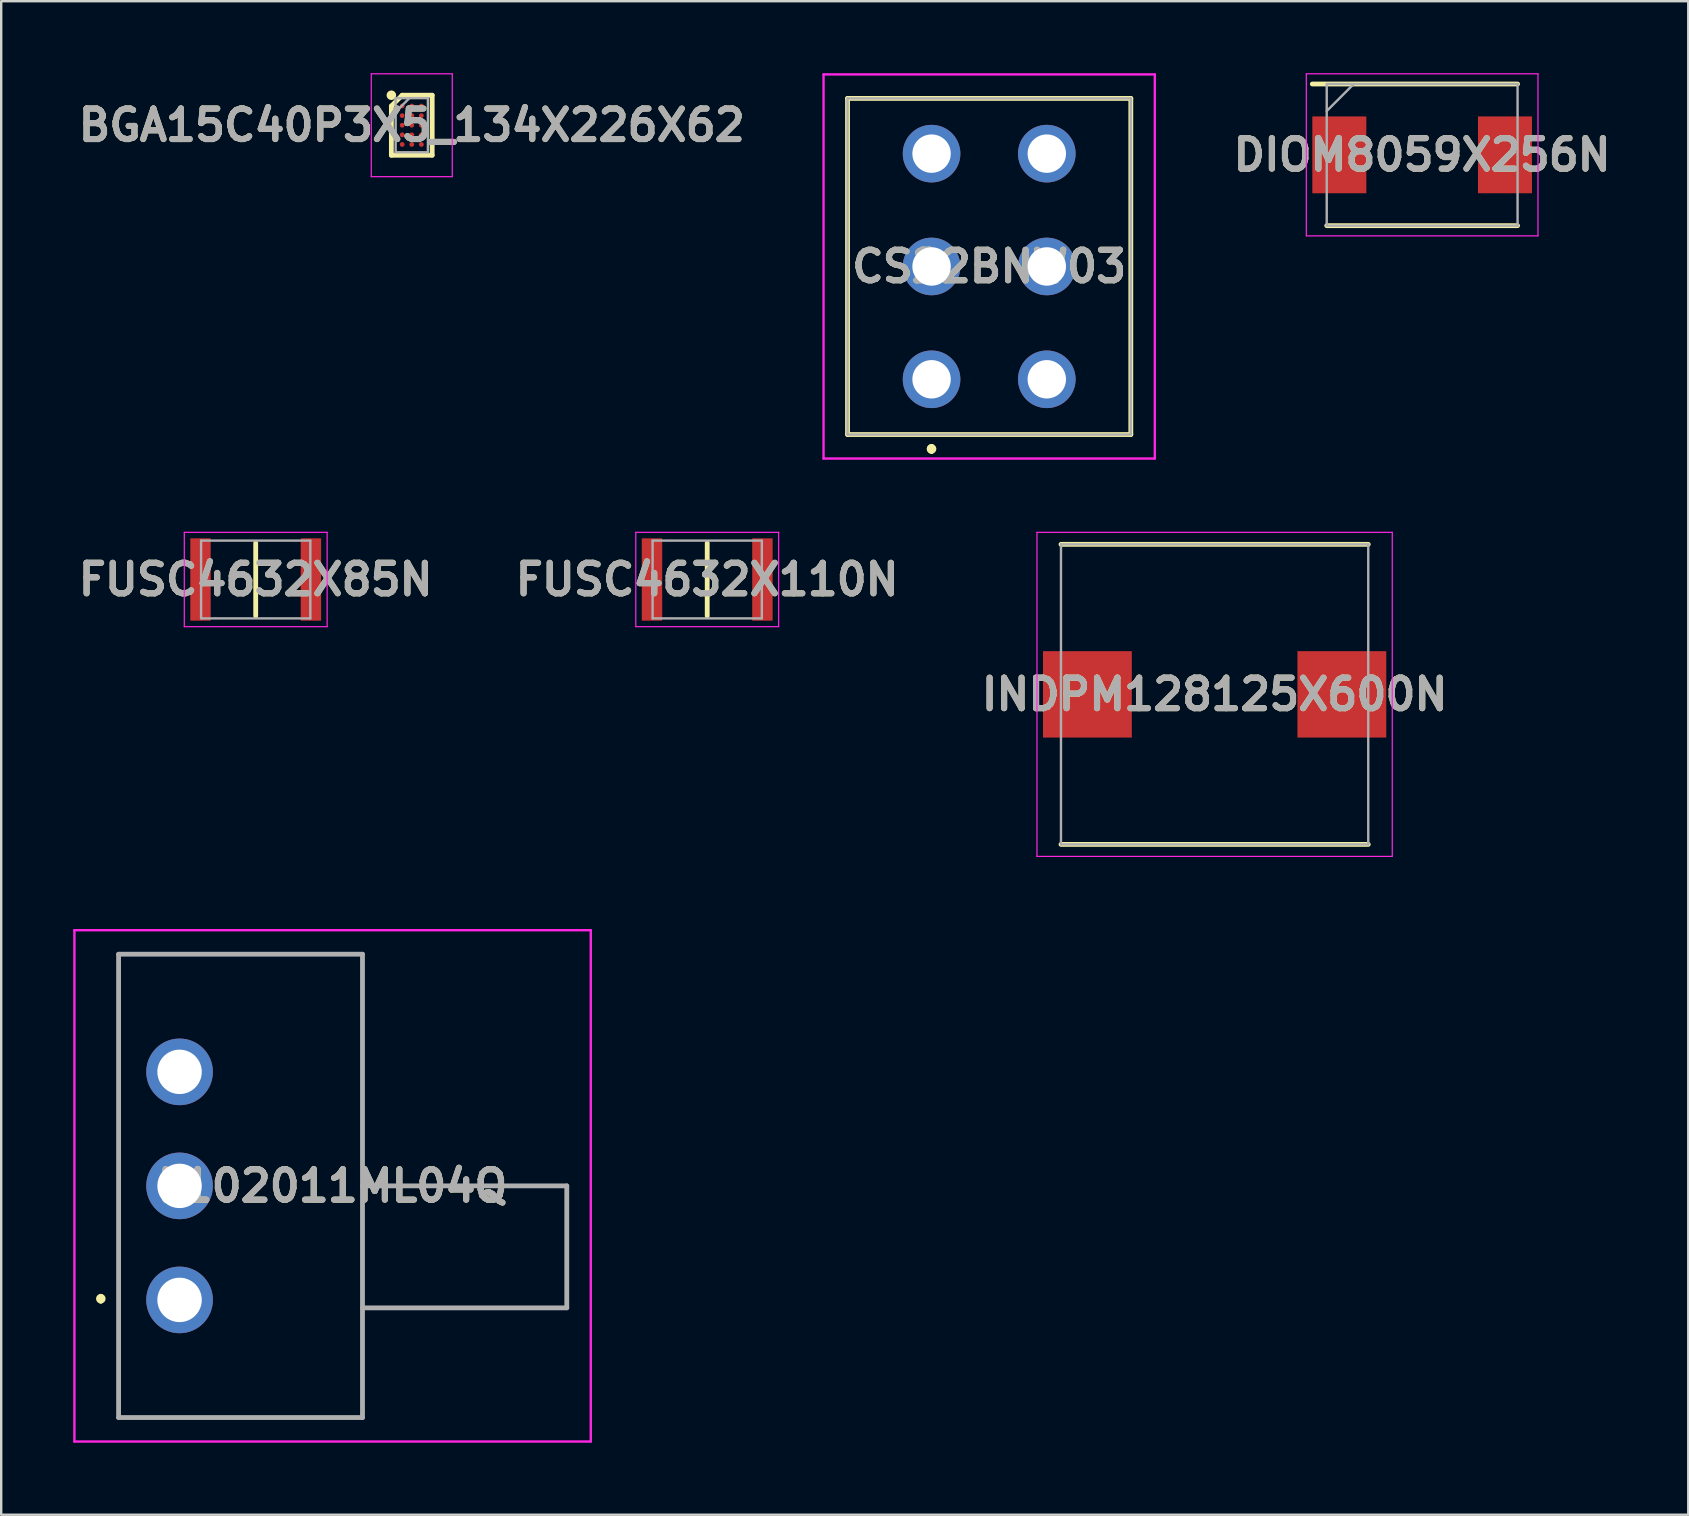
<source format=kicad_pcb>
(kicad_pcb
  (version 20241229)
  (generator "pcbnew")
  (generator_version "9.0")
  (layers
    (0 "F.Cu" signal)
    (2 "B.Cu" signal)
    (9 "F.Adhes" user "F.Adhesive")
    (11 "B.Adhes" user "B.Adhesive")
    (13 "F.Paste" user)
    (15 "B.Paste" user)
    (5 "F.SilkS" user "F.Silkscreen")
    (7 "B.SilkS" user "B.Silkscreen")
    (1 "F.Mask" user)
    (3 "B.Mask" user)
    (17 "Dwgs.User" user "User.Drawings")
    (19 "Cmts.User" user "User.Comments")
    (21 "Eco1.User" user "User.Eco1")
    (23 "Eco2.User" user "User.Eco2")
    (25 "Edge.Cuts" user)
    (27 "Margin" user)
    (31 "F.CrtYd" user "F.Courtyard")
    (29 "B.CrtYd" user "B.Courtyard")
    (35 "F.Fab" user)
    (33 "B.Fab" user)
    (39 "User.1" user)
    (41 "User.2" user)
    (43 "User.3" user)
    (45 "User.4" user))
  (footprint "DIOM8059X256N"
    (layer "F.Cu")
    (at 56.192 3.4)
    (property "Reference" "DIOM8059X256N" (at 0 0 0) (layer "F.SilkS") (effects (font (size 1.27 1.27) (thickness 0.254))))
    (attr smd)
    (fp_line (start -3.975 2.95) (end 3.975 2.95) (stroke (width 0.2) (type solid)) (layer "F.SilkS"))
    (fp_line (start 3.975 -2.95) (end -4.575 -2.95) (stroke (width 0.2) (type solid)) (layer "F.SilkS"))
    (fp_line (start -4.825 -3.375) (end 4.825 -3.375) (stroke (width 0.05) (type solid)) (layer "F.CrtYd"))
    (fp_line (start -4.825 3.375) (end -4.825 -3.375) (stroke (width 0.05) (type solid)) (layer "F.CrtYd"))
    (fp_line (start 4.825 -3.375) (end 4.825 3.375) (stroke (width 0.05) (type solid)) (layer "F.CrtYd"))
    (fp_line (start 4.825 3.375) (end -4.825 3.375) (stroke (width 0.05) (type solid)) (layer "F.CrtYd"))
    (fp_line (start -3.975 -2.95) (end 3.975 -2.95) (stroke (width 0.1) (type solid)) (layer "F.Fab"))
    (fp_line (start -3.975 -1.825) (end -2.85 -2.95) (stroke (width 0.1) (type solid)) (layer "F.Fab"))
    (fp_line (start -3.975 2.95) (end -3.975 -2.95) (stroke (width 0.1) (type solid)) (layer "F.Fab"))
    (fp_line (start 3.975 -2.95) (end 3.975 2.95) (stroke (width 0.1) (type solid)) (layer "F.Fab"))
    (fp_line (start 3.975 2.95) (end -3.975 2.95) (stroke (width 0.1) (type solid)) (layer "F.Fab"))
    (fp_text user "${REFERENCE}" (at 0 0 0) (layer "F.Fab") (effects (font (size 1.27 1.27) (thickness 0.254))))
    (pad "1" smd rect (at -3.45 0) (size 2.25 3.2) (layers "F.Cu" "F.Mask" "F.Paste"))
    (pad "2" smd rect (at 3.45 0) (size 2.25 3.2) (layers "F.Cu" "F.Mask" "F.Paste")))
  (footprint "FUSC4632X110N"
    (layer "F.Cu")
    (at 26.41 21.09)
    (property "Reference" "FUSC4632X110N" (at 0 0 0) (layer "F.SilkS") (effects (font (size 1.27 1.27) (thickness 0.254))))
    (attr smd)
    (fp_line (start 0 -1.52) (end 0 1.52) (stroke (width 0.2) (type solid)) (layer "F.SilkS"))
    (fp_line (start -2.975 -1.965) (end 2.975 -1.965) (stroke (width 0.05) (type solid)) (layer "F.CrtYd"))
    (fp_line (start -2.975 1.965) (end -2.975 -1.965) (stroke (width 0.05) (type solid)) (layer "F.CrtYd"))
    (fp_line (start 2.975 -1.965) (end 2.975 1.965) (stroke (width 0.05) (type solid)) (layer "F.CrtYd"))
    (fp_line (start 2.975 1.965) (end -2.975 1.965) (stroke (width 0.05) (type solid)) (layer "F.CrtYd"))
    (fp_line (start -2.275 -1.62) (end 2.275 -1.62) (stroke (width 0.1) (type solid)) (layer "F.Fab"))
    (fp_line (start -2.275 1.62) (end -2.275 -1.62) (stroke (width 0.1) (type solid)) (layer "F.Fab"))
    (fp_line (start 2.275 -1.62) (end 2.275 1.62) (stroke (width 0.1) (type solid)) (layer "F.Fab"))
    (fp_line (start 2.275 1.62) (end -2.275 1.62) (stroke (width 0.1) (type solid)) (layer "F.Fab"))
    (fp_text user "${REFERENCE}" (at 0 0 0) (layer "F.Fab") (effects (font (size 1.27 1.27) (thickness 0.254))))
    (pad "1" smd rect (at -2.3 0) (size 0.85 3.43) (layers "F.Cu" "F.Mask" "F.Paste"))
    (pad "2" smd rect (at 2.3 0) (size 0.85 3.43) (layers "F.Cu" "F.Mask" "F.Paste")))
  (footprint "L102011ML04Q"
    (layer "F.Cu")
    (at 12.05 46.35)
    (property "Reference" "L102011ML04Q" (at -1.245 0 0) (layer "F.SilkS") (effects (font (size 1.27 1.27) (thickness 0.254))))
    (attr through_hole)
    (fp_line (start -10.9 4.6) (end -10.9 4.6) (stroke (width 0.2) (type solid)) (layer "F.SilkS"))
    (fp_line (start -10.9 4.8) (end -10.9 4.8) (stroke (width 0.2) (type solid)) (layer "F.SilkS"))
    (fp_line (start -10.16 -9.65) (end 0 -9.65) (stroke (width 0.1) (type solid)) (layer "F.SilkS"))
    (fp_line (start -10.16 9.65) (end -10.16 -9.65) (stroke (width 0.1) (type solid)) (layer "F.SilkS"))
    (fp_line (start 0 -9.65) (end 0 9.65) (stroke (width 0.1) (type solid)) (layer "F.SilkS"))
    (fp_line (start 0 0) (end 7.62 0) (stroke (width 0.1) (type solid)) (layer "F.SilkS"))
    (fp_line (start 0 9.65) (end -10.16 9.65) (stroke (width 0.1) (type solid)) (layer "F.SilkS"))
    (fp_line (start 7.62 0) (end 8.51 0) (stroke (width 0.1) (type solid)) (layer "F.SilkS"))
    (fp_line (start 8.51 0) (end 8.51 5.08) (stroke (width 0.1) (type solid)) (layer "F.SilkS"))
    (fp_line (start 8.51 5.08) (end 0 5.08) (stroke (width 0.1) (type solid)) (layer "F.SilkS"))
    (fp_arc (start -10.9 4.6) (mid -10.8 4.7) (end -10.9 4.8) (stroke (width 0.2) (type solid)) (layer "F.SilkS"))
    (fp_arc (start -10.9 4.8) (mid -11 4.7) (end -10.9 4.6) (stroke (width 0.2) (type solid)) (layer "F.SilkS"))
    (fp_line (start -12 -10.65) (end 9.51 -10.65) (stroke (width 0.1) (type solid)) (layer "F.CrtYd"))
    (fp_line (start -12 10.65) (end -12 -10.65) (stroke (width 0.1) (type solid)) (layer "F.CrtYd"))
    (fp_line (start 9.51 -10.65) (end 9.51 10.65) (stroke (width 0.1) (type solid)) (layer "F.CrtYd"))
    (fp_line (start 9.51 10.65) (end -12 10.65) (stroke (width 0.1) (type solid)) (layer "F.CrtYd"))
    (fp_line (start -10.16 -9.65) (end 0 -9.65) (stroke (width 0.2) (type solid)) (layer "F.Fab"))
    (fp_line (start -10.16 9.65) (end -10.16 -9.65) (stroke (width 0.2) (type solid)) (layer "F.Fab"))
    (fp_line (start 0 -9.65) (end 0 9.65) (stroke (width 0.2) (type solid)) (layer "F.Fab"))
    (fp_line (start 0 0) (end 8.51 0) (stroke (width 0.2) (type solid)) (layer "F.Fab"))
    (fp_line (start 0 9.65) (end -10.16 9.65) (stroke (width 0.2) (type solid)) (layer "F.Fab"))
    (fp_line (start 8.51 0) (end 8.51 5.08) (stroke (width 0.2) (type solid)) (layer "F.Fab"))
    (fp_line (start 8.51 5.08) (end 0 5.08) (stroke (width 0.2) (type solid)) (layer "F.Fab"))
    (fp_text user "${REFERENCE}" (at -1.245 0 0) (layer "F.Fab") (effects (font (size 1.27 1.27) (thickness 0.254))))
    (pad "1" thru_hole circle (at -7.62 4.75) (size 2.775 2.775) (drill 1.85) (layers "*.Cu" "*.Mask"))
    (pad "2" thru_hole circle (at -7.62 -4.75) (size 2.775 2.775) (drill 1.85) (layers "*.Cu" "*.Mask"))
    (pad "3" thru_hole circle (at -7.62 0) (size 2.775 2.775) (drill 1.85) (layers "*.Cu" "*.Mask")))
  (footprint "INDPM128125X600N"
    (layer "F.Cu")
    (at 47.547 25.875)
    (property "Reference" "INDPM128125X600N" (at 0 0 0) (layer "F.SilkS") (effects (font (size 1.27 1.27) (thickness 0.254))))
    (attr smd)
    (fp_line (start -6.4 6.25) (end 6.4 6.25) (stroke (width 0.2) (type solid)) (layer "F.SilkS"))
    (fp_line (start 6.4 -6.25) (end -6.4 -6.25) (stroke (width 0.2) (type solid)) (layer "F.SilkS"))
    (fp_line (start -7.4 -6.75) (end 7.4 -6.75) (stroke (width 0.05) (type solid)) (layer "F.CrtYd"))
    (fp_line (start -7.4 6.75) (end -7.4 -6.75) (stroke (width 0.05) (type solid)) (layer "F.CrtYd"))
    (fp_line (start 7.4 -6.75) (end 7.4 6.75) (stroke (width 0.05) (type solid)) (layer "F.CrtYd"))
    (fp_line (start 7.4 6.75) (end -7.4 6.75) (stroke (width 0.05) (type solid)) (layer "F.CrtYd"))
    (fp_line (start -6.4 -6.25) (end 6.4 -6.25) (stroke (width 0.1) (type solid)) (layer "F.Fab"))
    (fp_line (start -6.4 6.25) (end -6.4 -6.25) (stroke (width 0.1) (type solid)) (layer "F.Fab"))
    (fp_line (start 6.4 -6.25) (end 6.4 6.25) (stroke (width 0.1) (type solid)) (layer "F.Fab"))
    (fp_line (start 6.4 6.25) (end -6.4 6.25) (stroke (width 0.1) (type solid)) (layer "F.Fab"))
    (fp_text user "${REFERENCE}" (at 0 0 0) (layer "F.Fab") (effects (font (size 1.27 1.27) (thickness 0.254))))
    (pad "1" smd rect (at -5.3 0 90) (size 3.6 3.7) (layers "F.Cu" "F.Mask" "F.Paste"))
    (pad "2" smd rect (at 5.3 0 90) (size 3.6 3.7) (layers "F.Cu" "F.Mask" "F.Paste")))
  (footprint "FUSC4632X85N"
    (layer "F.Cu")
    (at 7.602 21.09)
    (property "Reference" "FUSC4632X85N" (at 0 0 0) (layer "F.SilkS") (effects (font (size 1.27 1.27) (thickness 0.254))))
    (attr smd)
    (fp_line (start 0 -1.52) (end 0 1.52) (stroke (width 0.2) (type solid)) (layer "F.SilkS"))
    (fp_line (start -2.975 -1.965) (end 2.975 -1.965) (stroke (width 0.05) (type solid)) (layer "F.CrtYd"))
    (fp_line (start -2.975 1.965) (end -2.975 -1.965) (stroke (width 0.05) (type solid)) (layer "F.CrtYd"))
    (fp_line (start 2.975 -1.965) (end 2.975 1.965) (stroke (width 0.05) (type solid)) (layer "F.CrtYd"))
    (fp_line (start 2.975 1.965) (end -2.975 1.965) (stroke (width 0.05) (type solid)) (layer "F.CrtYd"))
    (fp_line (start -2.275 -1.62) (end 2.275 -1.62) (stroke (width 0.1) (type solid)) (layer "F.Fab"))
    (fp_line (start -2.275 1.62) (end -2.275 -1.62) (stroke (width 0.1) (type solid)) (layer "F.Fab"))
    (fp_line (start 2.275 -1.62) (end 2.275 1.62) (stroke (width 0.1) (type solid)) (layer "F.Fab"))
    (fp_line (start 2.275 1.62) (end -2.275 1.62) (stroke (width 0.1) (type solid)) (layer "F.Fab"))
    (fp_text user "${REFERENCE}" (at 0 0 0) (layer "F.Fab") (effects (font (size 1.27 1.27) (thickness 0.254))))
    (pad "1" smd rect (at -2.3 0) (size 0.85 3.43) (layers "F.Cu" "F.Mask" "F.Paste"))
    (pad "2" smd rect (at 2.3 0) (size 0.85 3.43) (layers "F.Cu" "F.Mask" "F.Paste")))
  (footprint "CS22BNW03"
    (layer "F.Cu")
    (at 35.756 12.75)
    (property "Reference" "CS22BNW03" (at 2.4 -4.7 0) (layer "F.SilkS") (effects (font (size 1.27 1.27) (thickness 0.254))))
    (attr through_hole)
    (fp_line (start -3.5 -11.7) (end 8.3 -11.7) (stroke (width 0.2) (type solid)) (layer "F.SilkS"))
    (fp_line (start -3.5 2.3) (end -3.5 -11.7) (stroke (width 0.2) (type solid)) (layer "F.SilkS"))
    (fp_line (start 0 2.8) (end 0 2.8) (stroke (width 0.2) (type solid)) (layer "F.SilkS"))
    (fp_line (start 0 2.8) (end 0 2.8) (stroke (width 0.2) (type solid)) (layer "F.SilkS"))
    (fp_line (start 0 3) (end 0 3) (stroke (width 0.2) (type solid)) (layer "F.SilkS"))
    (fp_line (start 8.3 -11.7) (end 8.3 2.3) (stroke (width 0.2) (type solid)) (layer "F.SilkS"))
    (fp_line (start 8.3 2.3) (end -3.5 2.3) (stroke (width 0.2) (type solid)) (layer "F.SilkS"))
    (fp_arc (start 0 2.8) (mid 0.1 2.9) (end 0 3) (stroke (width 0.2) (type solid)) (layer "F.SilkS"))
    (fp_arc (start 0 3) (mid -0.1 2.9) (end 0 2.8) (stroke (width 0.2) (type solid)) (layer "F.SilkS"))
    (fp_arc (start 0 3) (mid -0.1 2.9) (end 0 2.8) (stroke (width 0.2) (type solid)) (layer "F.SilkS"))
    (fp_line (start -4.5 -12.7) (end 9.3 -12.7) (stroke (width 0.1) (type solid)) (layer "F.CrtYd"))
    (fp_line (start -4.5 3.3) (end -4.5 -12.7) (stroke (width 0.1) (type solid)) (layer "F.CrtYd"))
    (fp_line (start 9.3 -12.7) (end 9.3 3.3) (stroke (width 0.1) (type solid)) (layer "F.CrtYd"))
    (fp_line (start 9.3 3.3) (end -4.5 3.3) (stroke (width 0.1) (type solid)) (layer "F.CrtYd"))
    (fp_line (start -3.5 -11.7) (end -3.5 2.3) (stroke (width 0.1) (type solid)) (layer "F.Fab"))
    (fp_line (start -3.5 2.3) (end 8.3 2.3) (stroke (width 0.1) (type solid)) (layer "F.Fab"))
    (fp_line (start 8.3 -11.7) (end -3.5 -11.7) (stroke (width 0.1) (type solid)) (layer "F.Fab"))
    (fp_line (start 8.3 2.3) (end 8.3 -11.7) (stroke (width 0.1) (type solid)) (layer "F.Fab"))
    (fp_text user "${REFERENCE}" (at 2.4 -4.7 0) (layer "F.Fab") (effects (font (size 1.27 1.27) (thickness 0.254))))
    (pad "1" thru_hole circle (at 0 0) (size 2.4 2.4) (drill 1.6) (layers "*.Cu" "*.Mask"))
    (pad "2" thru_hole circle (at 0 -4.7) (size 2.4 2.4) (drill 1.6) (layers "*.Cu" "*.Mask"))
    (pad "3" thru_hole circle (at 0 -9.4) (size 2.4 2.4) (drill 1.6) (layers "*.Cu" "*.Mask"))
    (pad "4" thru_hole circle (at 4.8 0) (size 2.4 2.4) (drill 1.6) (layers "*.Cu" "*.Mask"))
    (pad "5" thru_hole circle (at 4.8 -4.7) (size 2.4 2.4) (drill 1.6) (layers "*.Cu" "*.Mask"))
    (pad "6" thru_hole circle (at 4.8 -9.4) (size 2.4 2.4) (drill 1.6) (layers "*.Cu" "*.Mask")))
  (footprint "BGA15C40P3X5_134X226X62"
    (layer "F.Cu")
    (at 14.103 2.167)
    (property "Reference" "BGA15C40P3X5_134X226X62" (at 0 0 0) (layer "F.SilkS") (effects (font (size 1.27 1.27) (thickness 0.254))))
    (attr smd)
    (fp_line (start -0.85 -0.8) (end -0.4 -1.25) (stroke (width 0.2) (type solid)) (layer "F.SilkS"))
    (fp_line (start -0.85 1.25) (end -0.85 -0.8) (stroke (width 0.2) (type solid)) (layer "F.SilkS"))
    (fp_line (start -0.4 -1.25) (end 0.85 -1.25) (stroke (width 0.2) (type solid)) (layer "F.SilkS"))
    (fp_line (start 0.85 -1.25) (end 0.85 1.25) (stroke (width 0.2) (type solid)) (layer "F.SilkS"))
    (fp_line (start 0.85 1.25) (end -0.85 1.25) (stroke (width 0.2) (type solid)) (layer "F.SilkS"))
    (fp_circle (center -0.85 -1.25) (end -0.85 -1.15) (stroke (width 0.2) (type solid)) (fill no) (layer "F.SilkS"))
    (fp_line (start -1.687 -2.142) (end 1.687 -2.142) (stroke (width 0.05) (type solid)) (layer "F.CrtYd"))
    (fp_line (start -1.687 2.143) (end -1.687 -2.142) (stroke (width 0.05) (type solid)) (layer "F.CrtYd"))
    (fp_line (start 1.687 -2.142) (end 1.687 2.143) (stroke (width 0.05) (type solid)) (layer "F.CrtYd"))
    (fp_line (start 1.687 2.143) (end -1.687 2.143) (stroke (width 0.05) (type solid)) (layer "F.CrtYd"))
    (fp_line (start -0.672 -1.128) (end 0.672 -1.128) (stroke (width 0.1) (type solid)) (layer "F.Fab"))
    (fp_line (start -0.672 -0.556) (end -0.101 -1.127) (stroke (width 0.1) (type solid)) (layer "F.Fab"))
    (fp_line (start -0.672 1.127) (end -0.672 -1.128) (stroke (width 0.1) (type solid)) (layer "F.Fab"))
    (fp_line (start 0.672 -1.128) (end 0.672 1.127) (stroke (width 0.1) (type solid)) (layer "F.Fab"))
    (fp_line (start 0.672 1.127) (end -0.672 1.127) (stroke (width 0.1) (type solid)) (layer "F.Fab"))
    (fp_text user "${REFERENCE}" (at 0 0 0) (layer "F.Fab") (effects (font (size 1.27 1.27) (thickness 0.254))))
    (pad "A1" smd circle (at -0.4 -0.8 90) (size 0.2 0.2) (layers "F.Cu" "F.Mask" "F.Paste"))
    (pad "A2" smd circle (at 0 -0.8 90) (size 0.2 0.2) (layers "F.Cu" "F.Mask" "F.Paste"))
    (pad "A3" smd circle (at 0.4 -0.8 90) (size 0.2 0.2) (layers "F.Cu" "F.Mask" "F.Paste"))
    (pad "B1" smd circle (at -0.4 -0.4 90) (size 0.2 0.2) (layers "F.Cu" "F.Mask" "F.Paste"))
    (pad "B2" smd circle (at 0 -0.4 90) (size 0.2 0.2) (layers "F.Cu" "F.Mask" "F.Paste"))
    (pad "B3" smd circle (at 0.4 -0.4 90) (size 0.2 0.2) (layers "F.Cu" "F.Mask" "F.Paste"))
    (pad "C1" smd circle (at -0.4 0 90) (size 0.2 0.2) (layers "F.Cu" "F.Mask" "F.Paste"))
    (pad "C2" smd circle (at 0 0 90) (size 0.2 0.2) (layers "F.Cu" "F.Mask" "F.Paste"))
    (pad "C3" smd circle (at 0.4 0 90) (size 0.2 0.2) (layers "F.Cu" "F.Mask" "F.Paste"))
    (pad "D1" smd circle (at -0.4 0.4 90) (size 0.2 0.2) (layers "F.Cu" "F.Mask" "F.Paste"))
    (pad "D2" smd circle (at 0 0.4 90) (size 0.2 0.2) (layers "F.Cu" "F.Mask" "F.Paste"))
    (pad "D3" smd circle (at 0.4 0.4 90) (size 0.2 0.2) (layers "F.Cu" "F.Mask" "F.Paste"))
    (pad "E1" smd circle (at -0.4 0.8 90) (size 0.2 0.2) (layers "F.Cu" "F.Mask" "F.Paste"))
    (pad "E2" smd circle (at 0 0.8 90) (size 0.2 0.2) (layers "F.Cu" "F.Mask" "F.Paste"))
    (pad "E3" smd circle (at 0.4 0.8 90) (size 0.2 0.2) (layers "F.Cu" "F.Mask" "F.Paste")))
  (gr_rect
    (start -3 -3)
    (end 67.277 60.05)
    (stroke (width 0.1) (type default))
    (fill no)
    (layer "Edge.Cuts")))
</source>
